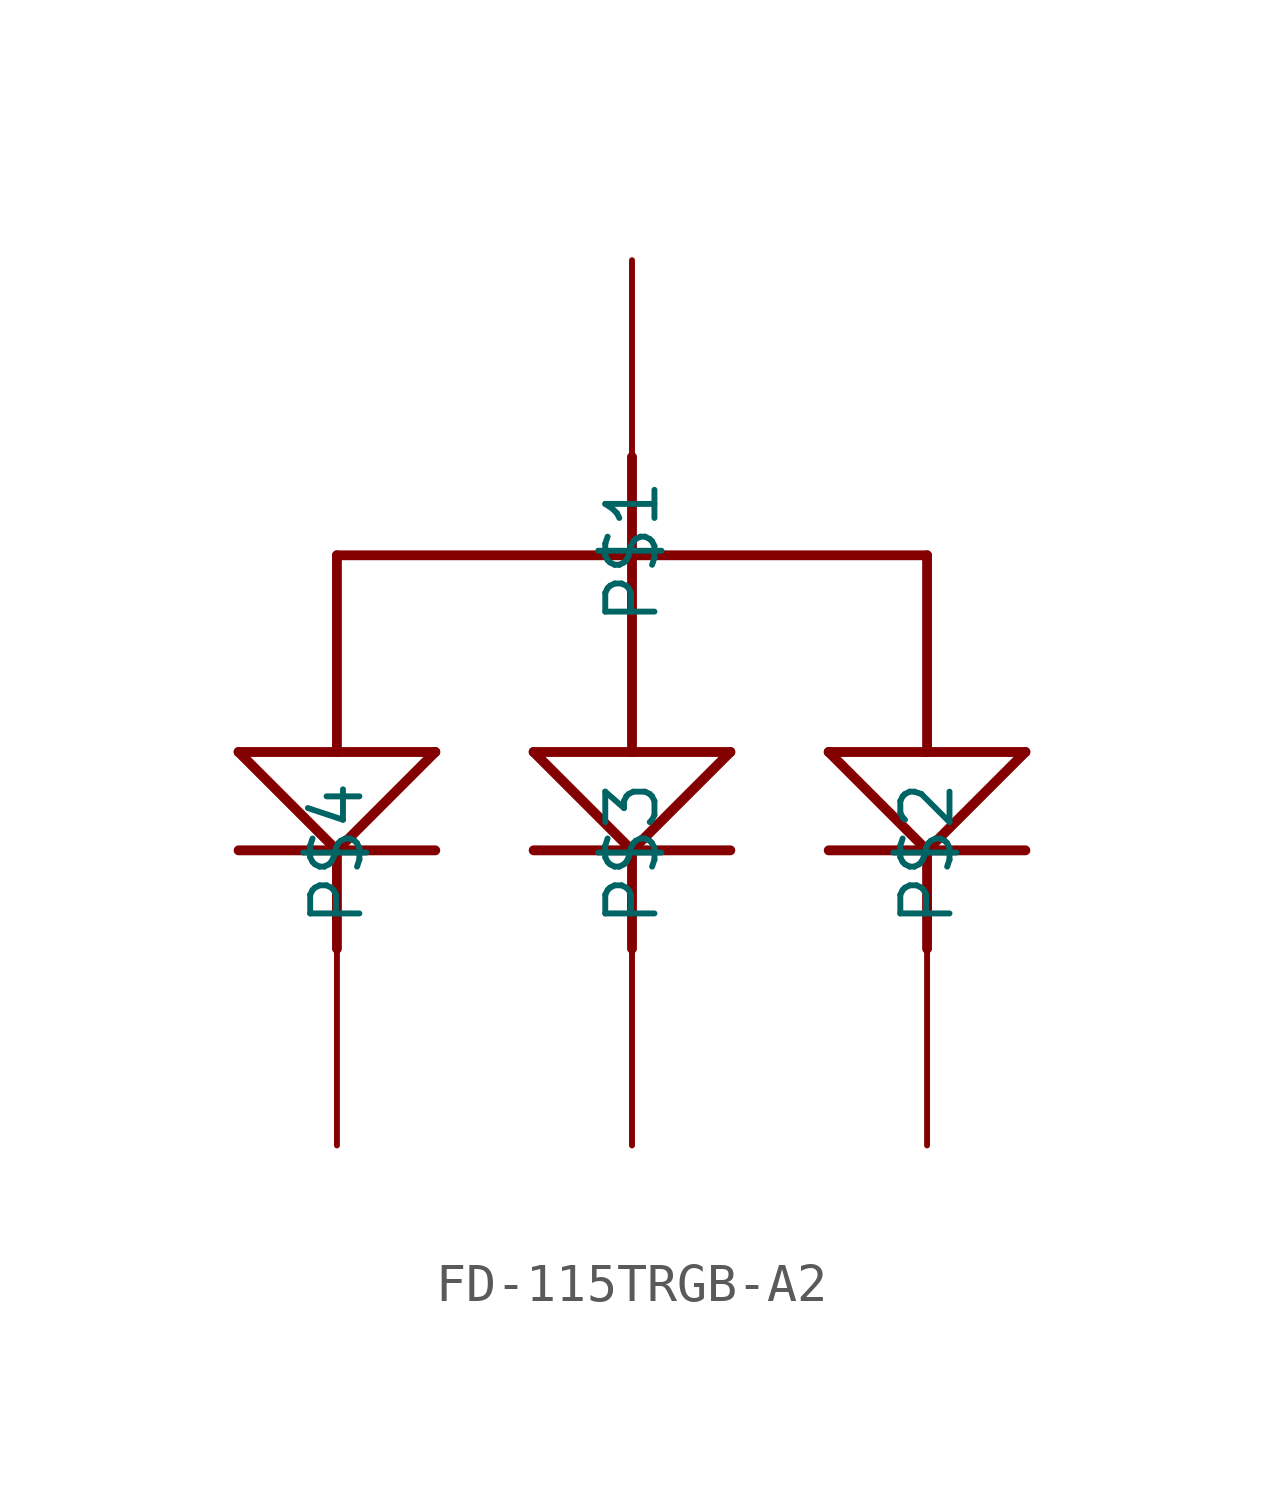
<source format=kicad_sym>
(kicad_symbol_lib
  (version 20231120)
  (generator "kicad_symbol_editor")
  (generator_version "8.0")
  (symbol "FD-115TRGB-A2"
    (property "Reference" ""
      (at 0 0 0)
      (effects (font (size 1.27 1.27)) (hide yes)))
    (property "ki_locked" ""
      (at 0 0 0)
      (effects (font (size 1.27 1.27))))
    (symbol "FD-115TRGB-A2_1_0"
      (polyline (pts (xy -10.16 0) (xy -7.62 0)) (stroke (width 0.254) (type solid)) (fill (type none)))
      (polyline (pts (xy -10.16 2.54) (xy -5.08 2.54)) (stroke (width 0.254) (type solid)) (fill (type none)))
      (polyline (pts (xy -7.62 0) (xy -10.16 2.54)) (stroke (width 0.254) (type solid)) (fill (type none)))
      (polyline (pts (xy -7.62 0) (xy -7.62 -2.54)) (stroke (width 0.254) (type solid)) (fill (type none)))
      (polyline (pts (xy -7.62 0) (xy -5.08 0)) (stroke (width 0.254) (type solid)) (fill (type none)))
      (polyline (pts (xy -7.62 7.62) (xy -7.62 2.54)) (stroke (width 0.254) (type solid)) (fill (type none)))
      (polyline (pts (xy -7.62 7.62) (xy 0 7.62)) (stroke (width 0.254) (type solid)) (fill (type none)))
      (polyline (pts (xy -5.08 2.54) (xy -7.62 0)) (stroke (width 0.254) (type solid)) (fill (type none)))
      (polyline (pts (xy -2.54 0) (xy 0 0)) (stroke (width 0.254) (type solid)) (fill (type none)))
      (polyline (pts (xy -2.54 2.54) (xy 0 2.54)) (stroke (width 0.254) (type solid)) (fill (type none)))
      (polyline (pts (xy 0 0) (xy -2.54 2.54)) (stroke (width 0.254) (type solid)) (fill (type none)))
      (polyline (pts (xy 0 0) (xy 0 -2.54)) (stroke (width 0.254) (type solid)) (fill (type none)))
      (polyline (pts (xy 0 0) (xy 2.54 0)) (stroke (width 0.254) (type solid)) (fill (type none)))
      (polyline (pts (xy 0 2.54) (xy 2.54 2.54)) (stroke (width 0.254) (type solid)) (fill (type none)))
      (polyline (pts (xy 0 7.62) (xy 0 2.54)) (stroke (width 0.254) (type solid)) (fill (type none)))
      (polyline (pts (xy 0 7.62) (xy 0 10.16)) (stroke (width 0.254) (type solid)) (fill (type none)))
      (polyline (pts (xy 0 7.62) (xy 7.62 7.62)) (stroke (width 0.254) (type solid)) (fill (type none)))
      (polyline (pts (xy 2.54 2.54) (xy 0 0)) (stroke (width 0.254) (type solid)) (fill (type none)))
      (polyline (pts (xy 5.08 0) (xy 7.62 0)) (stroke (width 0.254) (type solid)) (fill (type none)))
      (polyline (pts (xy 5.08 2.54) (xy 7.62 0)) (stroke (width 0.254) (type solid)) (fill (type none)))
      (polyline (pts (xy 7.62 0) (xy 7.62 -2.54)) (stroke (width 0.254) (type solid)) (fill (type none)))
      (polyline (pts (xy 7.62 0) (xy 10.16 0)) (stroke (width 0.254) (type solid)) (fill (type none)))
      (polyline (pts (xy 7.62 0) (xy 10.16 2.54)) (stroke (width 0.254) (type solid)) (fill (type none)))
      (polyline (pts (xy 7.62 2.54) (xy 5.08 2.54)) (stroke (width 0.254) (type solid)) (fill (type none)))
      (polyline (pts (xy 7.62 7.62) (xy 7.62 2.54)) (stroke (width 0.254) (type solid)) (fill (type none)))
      (polyline (pts (xy 10.16 2.54) (xy 7.62 2.54)) (stroke (width 0.254) (type solid)) (fill (type none)))
      (pin bidirectional line (at 0 15.24 270) (length 5.08) (name "P$1" (effects (font (size 1.27 1.27)))) (number "P$1" (effects (font (size 0 0)))))
      (pin bidirectional line (at 7.62 -7.62 90) (length 5.08) (name "P$2" (effects (font (size 1.27 1.27)))) (number "P$2" (effects (font (size 0 0)))))
      (pin bidirectional line (at 0 -7.62 90) (length 5.08) (name "P$3" (effects (font (size 1.27 1.27)))) (number "P$3" (effects (font (size 0 0)))))
      (pin bidirectional line (at -7.62 -7.62 90) (length 5.08) (name "P$4" (effects (font (size 1.27 1.27)))) (number "P$4" (effects (font (size 0 0))))))))
</source>
